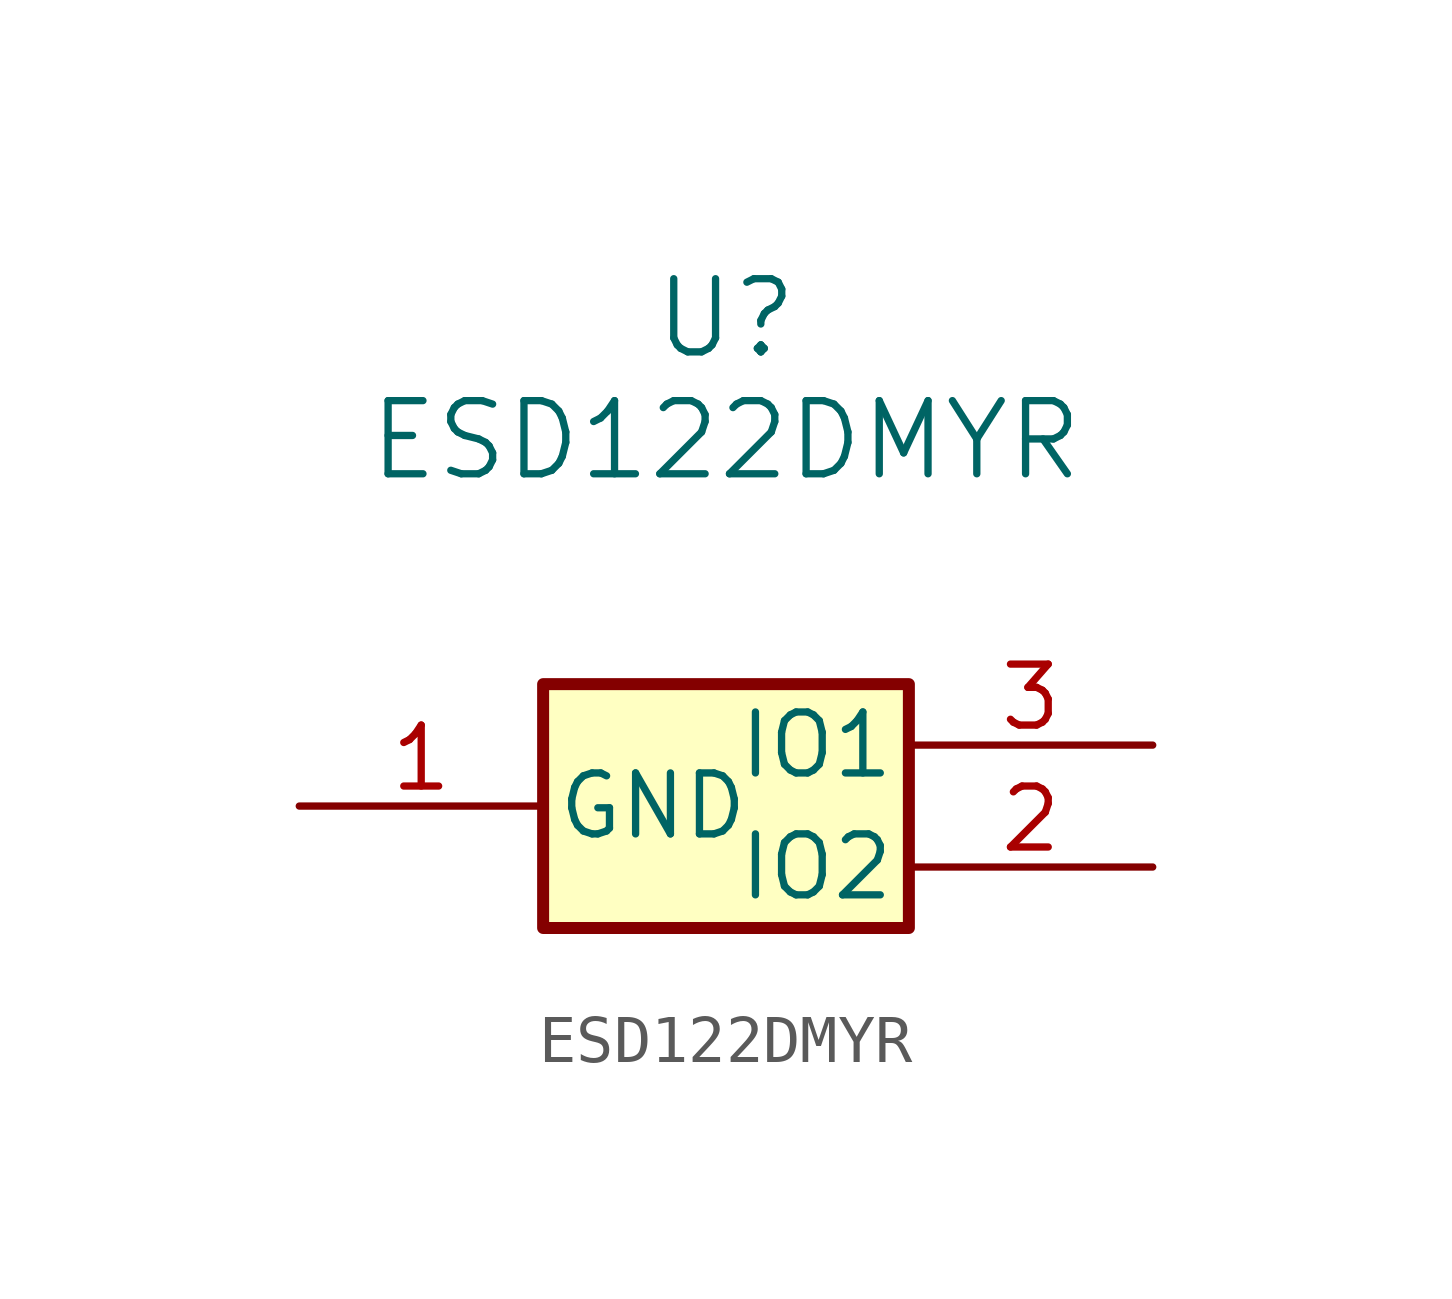
<source format=kicad_sym>
(kicad_symbol_lib
  (version 20220914)
  (generator kicad_symbol_editor)
  (symbol "ESD122DMYR"
    (pin_names
      (offset 0.254))
    (property "Reference" "U"
      (at 0 10.16 0)
      (effects (font (size 1.524 1.524))))
    (property "Value" "ESD122DMYR"
      (at 0 7.62 0)
      (effects (font (size 1.524 1.524))))
    (property "ki_locked" ""
      (at 0 0 0)
      (effects (font (size 1.27 1.27))))
    (symbol "ESD122DMYR_0_1"
      (pin unspecified line (at -8.89 0 0) (length 5.08) (name "GND" (effects (font (size 1.27 1.27)))) (number "1" (effects (font (size 1.27 1.27)))))
      (pin unspecified line (at 8.89 -1.27 180) (length 5.08) (name "IO2" (effects (font (size 1.27 1.27)))) (number "2" (effects (font (size 1.27 1.27)))))
      (pin unspecified line (at 8.89 1.27 180) (length 5.08) (name "IO1" (effects (font (size 1.27 1.27)))) (number "3" (effects (font (size 1.27 1.27))))))
    (symbol "ESD122DMYR_1_1"
      (rectangle (start -3.81 2.54) (end 3.81 -2.54) (stroke (width 0.25) (type default)) (fill (type background))))))
</source>
